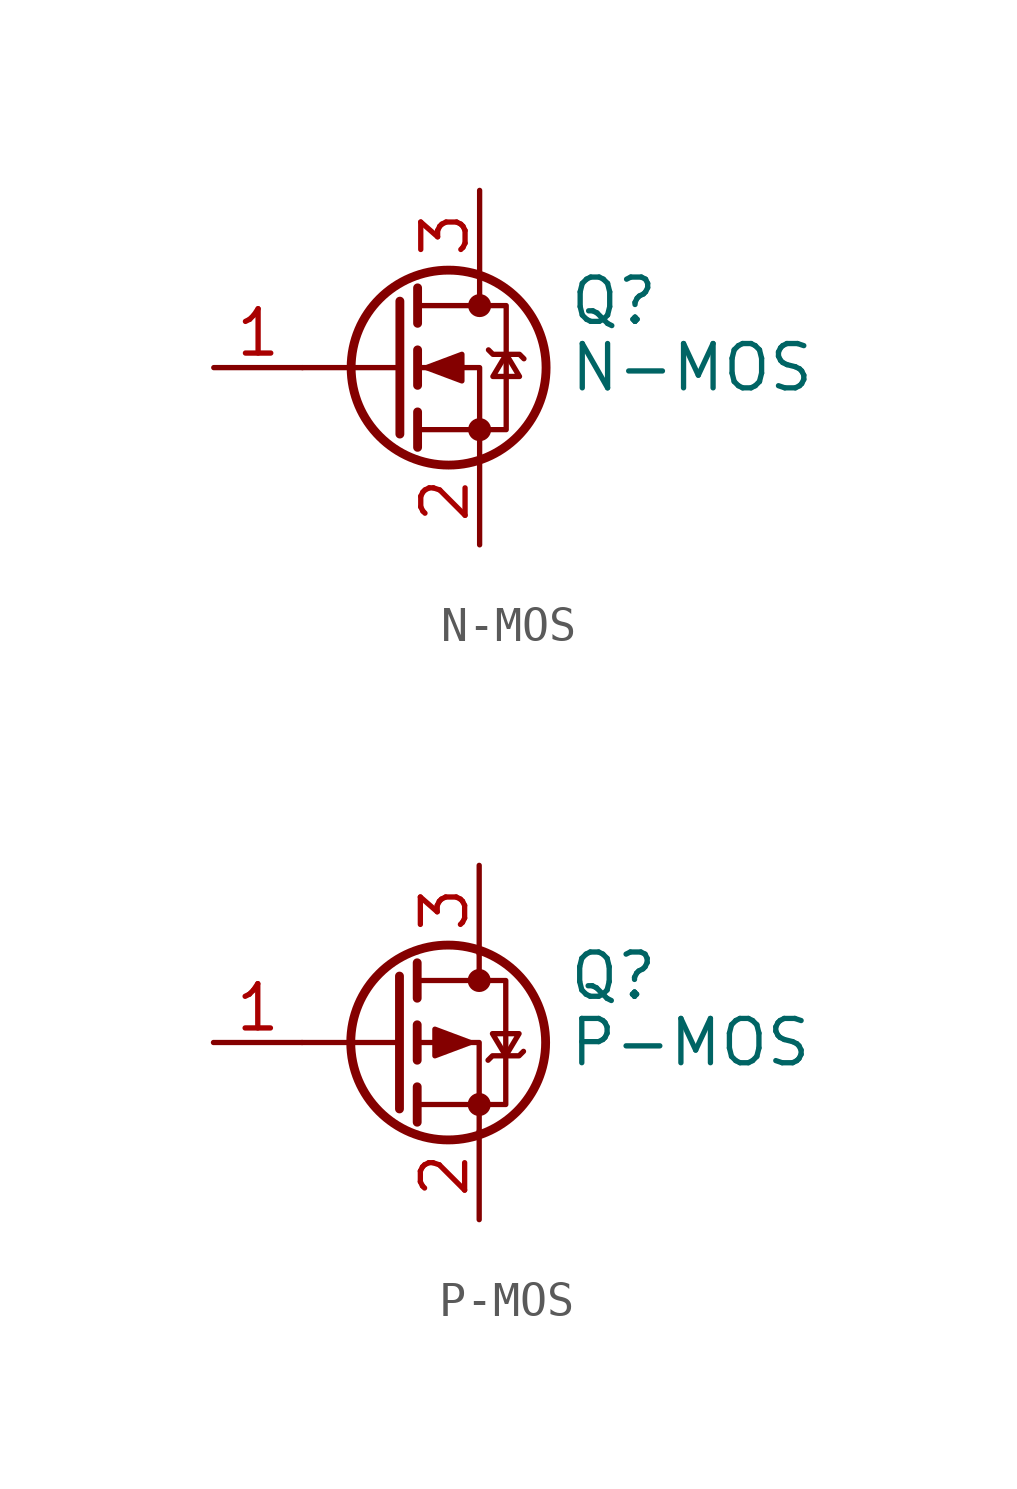
<source format=kicad_sym>
(kicad_symbol_lib
  (version 20211014)
  (generator kicad_symbol_editor)
  (symbol "N-MOS"
    (pin_names hide)
    (property "Reference" "Q"
      (at 5.08 1.905 0)
      (effects (font (size 1.27 1.27)) (justify left)))
    (property "Value" "N-MOS"
      (at 5.08 0 0)
      (effects (font (size 1.27 1.27)) (justify left)))
    (symbol "N-MOS_0_1"
      (polyline (pts (xy 0.254 0) (xy -2.54 0)) (stroke (width 0) (type default) (color 0 0 0 0)) (fill (type none)))
      (polyline (pts (xy 0.254 1.905) (xy 0.254 -1.905)) (stroke (width 0.254) (type default) (color 0 0 0 0)) (fill (type none)))
      (polyline (pts (xy 0.762 -1.27) (xy 0.762 -2.286)) (stroke (width 0.254) (type default) (color 0 0 0 0)) (fill (type none)))
      (polyline (pts (xy 0.762 0.508) (xy 0.762 -0.508)) (stroke (width 0.254) (type default) (color 0 0 0 0)) (fill (type none)))
      (polyline (pts (xy 0.762 2.286) (xy 0.762 1.27)) (stroke (width 0.254) (type default) (color 0 0 0 0)) (fill (type none)))
      (polyline (pts (xy 2.54 2.54) (xy 2.54 1.778)) (stroke (width 0) (type default) (color 0 0 0 0)) (fill (type none)))
      (polyline (pts (xy 2.54 -2.54) (xy 2.54 0) (xy 0.762 0)) (stroke (width 0) (type default) (color 0 0 0 0)) (fill (type none)))
      (polyline (pts (xy 0.762 -1.778) (xy 3.302 -1.778) (xy 3.302 1.778) (xy 0.762 1.778)) (stroke (width 0) (type default) (color 0 0 0 0)) (fill (type none)))
      (polyline (pts (xy 1.016 0) (xy 2.032 0.381) (xy 2.032 -0.381) (xy 1.016 0)) (stroke (width 0) (type default) (color 0 0 0 0)) (fill (type outline)))
      (polyline (pts (xy 2.794 0.508) (xy 2.921 0.381) (xy 3.683 0.381) (xy 3.81 0.254)) (stroke (width 0) (type default) (color 0 0 0 0)) (fill (type none)))
      (polyline (pts (xy 3.302 0.381) (xy 2.921 -0.254) (xy 3.683 -0.254) (xy 3.302 0.381)) (stroke (width 0) (type default) (color 0 0 0 0)) (fill (type none)))
      (circle (center 1.651 0) (radius 2.794) (stroke (width 0.254) (type default) (color 0 0 0 0)) (fill (type none)))
      (circle (center 2.54 -1.778) (radius 0.254) (stroke (width 0) (type default) (color 0 0 0 0)) (fill (type outline)))
      (circle (center 2.54 1.778) (radius 0.254) (stroke (width 0) (type default) (color 0 0 0 0)) (fill (type outline))))
    (symbol "N-MOS_1_1"
      (pin input line (at -5.08 0 0) (length 2.54) (name "G" (effects (font (size 1.27 1.27)))) (number "1" (effects (font (size 1.27 1.27)))))
      (pin passive line (at 2.54 -5.08 90) (length 2.54) (name "S" (effects (font (size 1.27 1.27)))) (number "2" (effects (font (size 1.27 1.27)))))
      (pin passive line (at 2.54 5.08 270) (length 2.54) (name "D" (effects (font (size 1.27 1.27)))) (number "3" (effects (font (size 1.27 1.27)))))))
  (symbol "P-MOS"
    (pin_names hide)
    (property "Reference" "Q"
      (at 5.08 1.905 0)
      (effects (font (size 1.27 1.27)) (justify left)))
    (property "Value" "P-MOS"
      (at 5.08 0 0)
      (effects (font (size 1.27 1.27)) (justify left)))
    (symbol "P-MOS_0_1"
      (polyline (pts (xy 0.254 0) (xy -2.54 0)) (stroke (width 0) (type default) (color 0 0 0 0)) (fill (type none)))
      (polyline (pts (xy 0.254 1.905) (xy 0.254 -1.905)) (stroke (width 0.254) (type default) (color 0 0 0 0)) (fill (type none)))
      (polyline (pts (xy 0.762 -1.27) (xy 0.762 -2.286)) (stroke (width 0.254) (type default) (color 0 0 0 0)) (fill (type none)))
      (polyline (pts (xy 0.762 0.508) (xy 0.762 -0.508)) (stroke (width 0.254) (type default) (color 0 0 0 0)) (fill (type none)))
      (polyline (pts (xy 0.762 2.286) (xy 0.762 1.27)) (stroke (width 0.254) (type default) (color 0 0 0 0)) (fill (type none)))
      (polyline (pts (xy 2.54 2.54) (xy 2.54 1.778)) (stroke (width 0) (type default) (color 0 0 0 0)) (fill (type none)))
      (polyline (pts (xy 2.54 -2.54) (xy 2.54 0) (xy 0.762 0)) (stroke (width 0) (type default) (color 0 0 0 0)) (fill (type none)))
      (polyline (pts (xy 0.762 1.778) (xy 3.302 1.778) (xy 3.302 -1.778) (xy 0.762 -1.778)) (stroke (width 0) (type default) (color 0 0 0 0)) (fill (type none)))
      (polyline (pts (xy 2.286 0) (xy 1.27 0.381) (xy 1.27 -0.381) (xy 2.286 0)) (stroke (width 0) (type default) (color 0 0 0 0)) (fill (type outline)))
      (polyline (pts (xy 2.794 -0.508) (xy 2.921 -0.381) (xy 3.683 -0.381) (xy 3.81 -0.254)) (stroke (width 0) (type default) (color 0 0 0 0)) (fill (type none)))
      (polyline (pts (xy 3.302 -0.381) (xy 2.921 0.254) (xy 3.683 0.254) (xy 3.302 -0.381)) (stroke (width 0) (type default) (color 0 0 0 0)) (fill (type none)))
      (circle (center 1.651 0) (radius 2.794) (stroke (width 0.254) (type default) (color 0 0 0 0)) (fill (type none)))
      (circle (center 2.54 -1.778) (radius 0.254) (stroke (width 0) (type default) (color 0 0 0 0)) (fill (type outline)))
      (circle (center 2.54 1.778) (radius 0.254) (stroke (width 0) (type default) (color 0 0 0 0)) (fill (type outline))))
    (symbol "P-MOS_1_1"
      (pin input line (at -5.08 0 0) (length 2.54) (name "G" (effects (font (size 1.27 1.27)))) (number "1" (effects (font (size 1.27 1.27)))))
      (pin passive line (at 2.54 -5.08 90) (length 2.54) (name "S" (effects (font (size 1.27 1.27)))) (number "2" (effects (font (size 1.27 1.27)))))
      (pin passive line (at 2.54 5.08 270) (length 2.54) (name "D" (effects (font (size 1.27 1.27)))) (number "3" (effects (font (size 1.27 1.27))))))))
</source>
